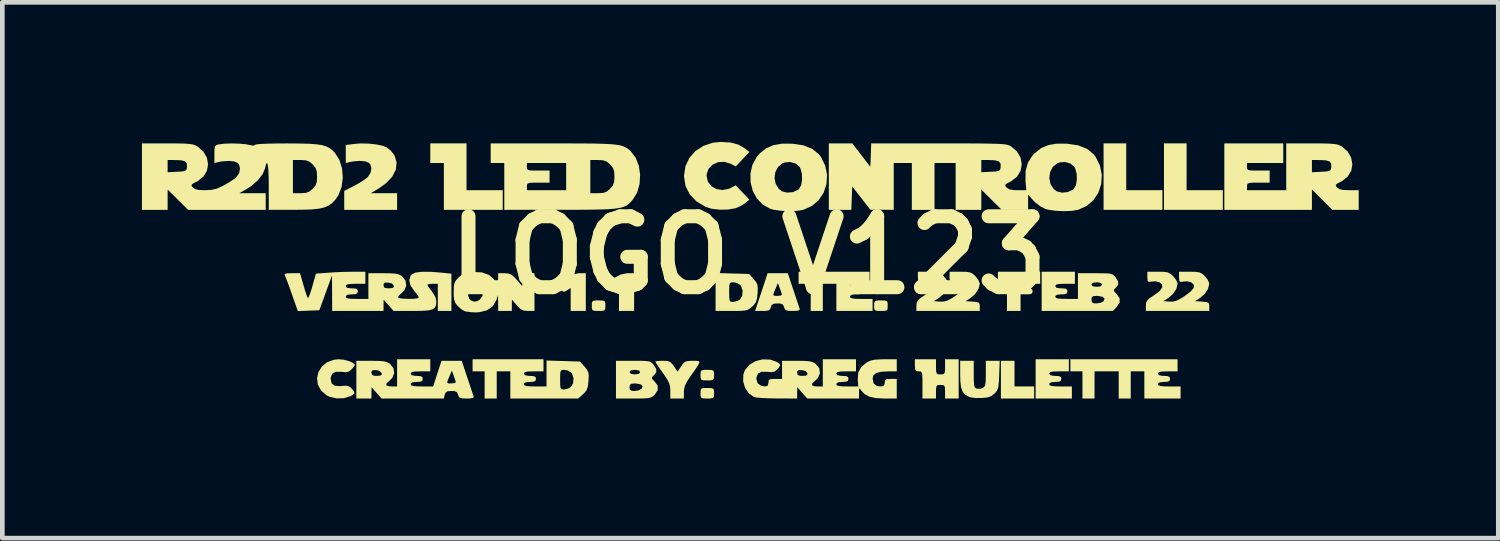
<source format=kicad_pcb>
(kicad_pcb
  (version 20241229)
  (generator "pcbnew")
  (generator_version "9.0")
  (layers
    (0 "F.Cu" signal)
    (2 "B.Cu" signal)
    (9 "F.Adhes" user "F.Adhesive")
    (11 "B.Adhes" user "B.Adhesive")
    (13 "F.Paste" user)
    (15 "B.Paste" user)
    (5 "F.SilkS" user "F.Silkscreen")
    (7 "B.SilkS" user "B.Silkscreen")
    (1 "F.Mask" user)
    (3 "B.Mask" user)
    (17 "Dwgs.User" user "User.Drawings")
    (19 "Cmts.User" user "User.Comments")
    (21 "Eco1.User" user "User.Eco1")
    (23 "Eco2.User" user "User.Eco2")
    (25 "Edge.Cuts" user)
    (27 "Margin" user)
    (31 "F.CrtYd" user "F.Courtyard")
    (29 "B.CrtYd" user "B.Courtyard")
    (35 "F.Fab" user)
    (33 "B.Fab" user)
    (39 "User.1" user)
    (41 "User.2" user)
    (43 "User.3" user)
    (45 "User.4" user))
  (footprint "LOGO V123"
    (layer "F.Cu")
    (at 13.041 2.432)
    (property "Reference" "LOGO V123" (at 0 0 0) (layer "F.SilkS") (effects (font (size 1.524 1.524) (thickness 0.3))))
    (attr board_only exclude_from_pos_files exclude_from_bom)
    (fp_poly (pts (xy 5.709 2.822) (xy 6.131 2.822) (xy 6.131 3.082) (xy 5.417 3.082) (xy 5.417 2.271) (xy 5.709 2.271)) (stroke (width 0) (type solid)) (fill yes) (layer "F.SilkS"))
    (fp_poly (pts (xy 8.11 -1.395) (xy 8.888 -1.395) (xy 8.888 -0.973) (xy 7.623 -0.973) (xy 7.623 -2.401) (xy 8.11 -2.401)) (stroke (width 0) (type solid)) (fill yes) (layer "F.SilkS"))
    (fp_poly (pts (xy 9.407 -1.395) (xy 10.186 -1.395) (xy 10.186 -0.973) (xy 8.921 -0.973) (xy 8.921 -2.401) (xy 9.407 -2.401)) (stroke (width 0) (type solid)) (fill yes) (layer "F.SilkS"))
    (fp_poly (pts (xy -6.066 -1.395) (xy -5.288 -1.395) (xy -5.288 -0.973) (xy -6.553 -0.973) (xy -6.553 -1.979) (xy -6.845 -1.979) (xy -6.845 -2.401) (xy -6.066 -2.401)) (stroke (width 0) (type solid)) (fill yes) (layer "F.SilkS"))
    (fp_poly (pts (xy -3.503 1.2) (xy -3.828 1.2) (xy -3.828 0.706) (xy -3.907 0.758) (xy -3.963 0.788) (xy -3.999 0.78) (xy -4.032 0.724) (xy -4.052 0.672) (xy -4.066 0.621) (xy -4.052 0.582) (xy -4.001 0.537) (xy -3.929 0.489) (xy -3.785 0.415) (xy -3.653 0.389) (xy -3.638 0.389) (xy -3.503 0.389)) (stroke (width 0) (type solid)) (fill yes) (layer "F.SilkS"))
    (fp_poly (pts (xy -3.138 0.976) (xy -3.096 0.992) (xy -3.083 1.036) (xy -3.082 1.087) (xy -3.085 1.156) (xy -3.106 1.19) (xy -3.163 1.2) (xy -3.228 1.2) (xy -3.317 1.198) (xy -3.36 1.181) (xy -3.373 1.137) (xy -3.374 1.087) (xy -3.371 1.017) (xy -3.349 0.984) (xy -3.293 0.974) (xy -3.228 0.973)) (stroke (width 0) (type solid)) (fill yes) (layer "F.SilkS"))
    (fp_poly (pts (xy -2.465 1.2) (xy -2.79 1.2) (xy -2.79 0.706) (xy -2.869 0.758) (xy -2.925 0.788) (xy -2.961 0.78) (xy -2.993 0.724) (xy -3.014 0.672) (xy -3.028 0.621) (xy -3.014 0.582) (xy -2.963 0.537) (xy -2.891 0.489) (xy -2.747 0.415) (xy -2.615 0.389) (xy -2.6 0.389) (xy -2.465 0.389)) (stroke (width 0) (type solid)) (fill yes) (layer "F.SilkS"))
    (fp_poly (pts (xy -0.802 2.468) (xy -0.76 2.484) (xy -0.747 2.528) (xy -0.746 2.579) (xy -0.749 2.649) (xy -0.77 2.682) (xy -0.827 2.692) (xy -0.892 2.692) (xy -0.982 2.69) (xy -1.024 2.674) (xy -1.037 2.629) (xy -1.038 2.579) (xy -1.035 2.509) (xy -1.014 2.476) (xy -0.957 2.466) (xy -0.892 2.465)) (stroke (width 0) (type solid)) (fill yes) (layer "F.SilkS"))
    (fp_poly (pts (xy -0.802 2.857) (xy -0.76 2.874) (xy -0.747 2.918) (xy -0.746 2.968) (xy -0.749 3.038) (xy -0.77 3.071) (xy -0.827 3.081) (xy -0.892 3.082) (xy -0.982 3.079) (xy -1.024 3.063) (xy -1.037 3.019) (xy -1.038 2.968) (xy -1.035 2.898) (xy -1.014 2.865) (xy -0.957 2.855) (xy -0.892 2.855)) (stroke (width 0) (type solid)) (fill yes) (layer "F.SilkS"))
    (fp_poly (pts (xy 2.928 0.586) (xy 2.971 0.603) (xy 2.984 0.647) (xy 2.984 0.697) (xy 2.981 0.767) (xy 2.96 0.8) (xy 2.903 0.81) (xy 2.838 0.811) (xy 2.749 0.809) (xy 2.706 0.792) (xy 2.693 0.748) (xy 2.692 0.697) (xy 2.696 0.628) (xy 2.717 0.595) (xy 2.773 0.585) (xy 2.838 0.584)) (stroke (width 0) (type solid)) (fill yes) (layer "F.SilkS"))
    (fp_poly (pts (xy 2.928 0.976) (xy 2.971 0.992) (xy 2.984 1.036) (xy 2.984 1.087) (xy 2.981 1.156) (xy 2.96 1.19) (xy 2.903 1.2) (xy 2.838 1.2) (xy 2.749 1.198) (xy 2.706 1.181) (xy 2.693 1.137) (xy 2.692 1.087) (xy 2.696 1.017) (xy 2.717 0.984) (xy 2.773 0.974) (xy 2.838 0.973)) (stroke (width 0) (type solid)) (fill yes) (layer "F.SilkS"))
    (fp_poly (pts (xy 6.261 0.616) (xy 6.05 0.616) (xy 5.932 0.62) (xy 5.866 0.631) (xy 5.841 0.654) (xy 5.839 0.665) (xy 5.861 0.699) (xy 5.932 0.713) (xy 5.969 0.714) (xy 6.054 0.719) (xy 6.091 0.741) (xy 6.099 0.779) (xy 6.088 0.821) (xy 6.044 0.84) (xy 5.969 0.843) (xy 5.839 0.843) (xy 5.839 1.2) (xy 5.547 1.2) (xy 5.547 0.616) (xy 5.45 0.616) (xy 5.387 0.611) (xy 5.36 0.583) (xy 5.353 0.514) (xy 5.352 0.487) (xy 5.352 0.357) (xy 6.261 0.357)) (stroke (width 0) (type solid)) (fill yes) (layer "F.SilkS"))
    (fp_poly (pts (xy 6.877 2.498) (xy 6.666 2.498) (xy 6.548 2.501) (xy 6.482 2.513) (xy 6.457 2.535) (xy 6.455 2.546) (xy 6.477 2.58) (xy 6.548 2.594) (xy 6.585 2.595) (xy 6.67 2.601) (xy 6.708 2.623) (xy 6.715 2.66) (xy 6.704 2.702) (xy 6.66 2.721) (xy 6.585 2.725) (xy 6.495 2.733) (xy 6.458 2.76) (xy 6.455 2.774) (xy 6.468 2.799) (xy 6.514 2.814) (xy 6.605 2.821) (xy 6.699 2.822) (xy 6.942 2.822) (xy 6.942 3.082) (xy 6.163 3.082) (xy 6.163 2.238) (xy 6.877 2.238)) (stroke (width 0) (type solid)) (fill yes) (layer "F.SilkS"))
    (fp_poly (pts (xy -8.173 -2.396) (xy -8.003 -2.378) (xy -7.861 -2.348) (xy -7.781 -2.315) (xy -7.69 -2.242) (xy -7.617 -2.147) (xy -7.613 -2.14) (xy -7.568 -1.989) (xy -7.586 -1.836) (xy -7.662 -1.686) (xy -7.797 -1.544) (xy -7.949 -1.435) (xy -8.123 -1.33) (xy -7.558 -1.33) (xy -7.558 -0.973) (xy -8.694 -0.973) (xy -8.694 -1.379) (xy -8.485 -1.487) (xy -8.367 -1.552) (xy -8.261 -1.62) (xy -8.193 -1.672) (xy -8.131 -1.761) (xy -8.11 -1.861) (xy -8.134 -1.95) (xy -8.162 -1.981) (xy -8.24 -2.014) (xy -8.36 -2.025) (xy -8.5 -2.014) (xy -8.556 -2.004) (xy -8.661 -1.98) (xy -8.661 -2.364) (xy -8.513 -2.386) (xy -8.349 -2.4)) (stroke (width 0) (type solid)) (fill yes) (layer "F.SilkS"))
    (fp_poly (pts (xy 2.595 0.616) (xy 2.384 0.616) (xy 2.266 0.62) (xy 2.2 0.631) (xy 2.175 0.654) (xy 2.173 0.665) (xy 2.195 0.699) (xy 2.266 0.713) (xy 2.303 0.714) (xy 2.388 0.719) (xy 2.426 0.741) (xy 2.433 0.779) (xy 2.422 0.821) (xy 2.378 0.84) (xy 2.303 0.843) (xy 2.213 0.851) (xy 2.176 0.878) (xy 2.173 0.892) (xy 2.186 0.918) (xy 2.232 0.933) (xy 2.323 0.94) (xy 2.417 0.941) (xy 2.66 0.941) (xy 2.66 1.2) (xy 1.881 1.2) (xy 1.881 0.616) (xy 1.59 0.616) (xy 1.59 1.2) (xy 1.33 1.2) (xy 1.33 0.616) (xy 1.07 0.616) (xy 1.07 0.357) (xy 2.595 0.357)) (stroke (width 0) (type solid)) (fill yes) (layer "F.SilkS"))
    (fp_poly (pts (xy 4.833 2.561) (xy 4.835 2.7) (xy 4.841 2.788) (xy 4.854 2.838) (xy 4.878 2.862) (xy 4.897 2.87) (xy 4.976 2.872) (xy 5.027 2.855) (xy 5.059 2.831) (xy 5.079 2.79) (xy 5.089 2.72) (xy 5.093 2.604) (xy 5.093 2.545) (xy 5.093 2.271) (xy 5.391 2.271) (xy 5.38 2.578) (xy 5.373 2.724) (xy 5.363 2.822) (xy 5.346 2.886) (xy 5.317 2.934) (xy 5.281 2.973) (xy 5.214 3.028) (xy 5.135 3.057) (xy 5.018 3.07) (xy 5.005 3.071) (xy 4.886 3.071) (xy 4.782 3.06) (xy 4.736 3.048) (xy 4.652 3.001) (xy 4.595 2.937) (xy 4.561 2.843) (xy 4.545 2.706) (xy 4.542 2.571) (xy 4.542 2.271) (xy 4.833 2.271)) (stroke (width 0) (type solid)) (fill yes) (layer "F.SilkS"))
    (fp_poly (pts (xy -1.75 2.275) (xy -1.688 2.297) (xy -1.637 2.349) (xy -1.61 2.388) (xy -1.53 2.505) (xy -1.454 2.388) (xy -1.405 2.32) (xy -1.356 2.285) (xy -1.283 2.273) (xy -1.207 2.271) (xy -1.128 2.271) (xy -1.079 2.278) (xy -1.063 2.301) (xy -1.079 2.347) (xy -1.13 2.428) (xy -1.216 2.55) (xy -1.247 2.593) (xy -1.327 2.714) (xy -1.373 2.806) (xy -1.392 2.888) (xy -1.395 2.942) (xy -1.395 3.082) (xy -1.687 3.082) (xy -1.687 2.92) (xy -1.691 2.832) (xy -1.71 2.756) (xy -1.752 2.674) (xy -1.824 2.565) (xy -1.849 2.53) (xy -1.922 2.426) (xy -1.978 2.343) (xy -2.008 2.294) (xy -2.011 2.287) (xy -1.982 2.278) (xy -1.907 2.272) (xy -1.85 2.271)) (stroke (width 0) (type solid)) (fill yes) (layer "F.SilkS"))
    (fp_poly (pts (xy 4.022 2.401) (xy 4.025 2.497) (xy 4.038 2.544) (xy 4.072 2.561) (xy 4.12 2.563) (xy 4.177 2.559) (xy 4.206 2.537) (xy 4.216 2.481) (xy 4.217 2.401) (xy 4.217 2.238) (xy 4.509 2.238) (xy 4.509 3.082) (xy 4.217 3.082) (xy 4.217 2.936) (xy 4.214 2.846) (xy 4.198 2.803) (xy 4.157 2.791) (xy 4.12 2.79) (xy 4.06 2.794) (xy 4.032 2.818) (xy 4.023 2.881) (xy 4.022 2.936) (xy 4.022 3.082) (xy 3.731 3.082) (xy 3.731 2.79) (xy 3.73 2.652) (xy 3.726 2.566) (xy 3.714 2.52) (xy 3.692 2.501) (xy 3.657 2.498) (xy 3.649 2.498) (xy 3.597 2.491) (xy 3.574 2.457) (xy 3.568 2.379) (xy 3.568 2.368) (xy 3.568 2.238) (xy 4.022 2.238)) (stroke (width 0) (type solid)) (fill yes) (layer "F.SilkS"))
    (fp_poly (pts (xy 9.213 2.498) (xy 9.002 2.498) (xy 8.884 2.501) (xy 8.818 2.513) (xy 8.793 2.535) (xy 8.791 2.546) (xy 8.812 2.58) (xy 8.884 2.594) (xy 8.921 2.595) (xy 9.006 2.601) (xy 9.043 2.623) (xy 9.051 2.66) (xy 9.04 2.702) (xy 8.996 2.721) (xy 8.921 2.725) (xy 8.831 2.733) (xy 8.793 2.76) (xy 8.791 2.774) (xy 8.804 2.799) (xy 8.85 2.814) (xy 8.941 2.821) (xy 9.034 2.822) (xy 9.278 2.822) (xy 9.278 3.082) (xy 8.499 3.082) (xy 8.499 2.498) (xy 8.207 2.498) (xy 8.207 3.082) (xy 7.948 3.082) (xy 7.948 2.498) (xy 7.429 2.498) (xy 7.429 3.082) (xy 7.169 3.082) (xy 7.169 2.498) (xy 6.91 2.498) (xy 6.91 2.238) (xy 9.213 2.238)) (stroke (width 0) (type solid)) (fill yes) (layer "F.SilkS"))
    (fp_poly (pts (xy -8.706 2.248) (xy -8.602 2.274) (xy -8.517 2.31) (xy -8.47 2.347) (xy -8.467 2.359) (xy -8.487 2.395) (xy -8.535 2.453) (xy -8.536 2.454) (xy -8.592 2.501) (xy -8.658 2.516) (xy -8.746 2.508) (xy -8.873 2.507) (xy -8.951 2.546) (xy -8.984 2.627) (xy -8.986 2.66) (xy -8.965 2.755) (xy -8.901 2.806) (xy -8.79 2.816) (xy -8.746 2.812) (xy -8.649 2.805) (xy -8.586 2.823) (xy -8.536 2.866) (xy -8.481 2.932) (xy -8.477 2.974) (xy -8.527 3.014) (xy -8.562 3.032) (xy -8.7 3.074) (xy -8.857 3.078) (xy -9.006 3.046) (xy -9.076 3.012) (xy -9.196 2.905) (xy -9.262 2.778) (xy -9.278 2.643) (xy -9.248 2.512) (xy -9.175 2.395) (xy -9.065 2.304) (xy -8.919 2.249) (xy -8.81 2.238)) (stroke (width 0) (type solid)) (fill yes) (layer "F.SilkS"))
    (fp_poly (pts (xy -0.354 0.395) (xy 0.005 0.405) (xy 0.104 0.515) (xy 0.159 0.583) (xy 0.186 0.643) (xy 0.193 0.722) (xy 0.188 0.82) (xy 0.175 0.938) (xy 0.15 1.014) (xy 0.104 1.076) (xy 0.07 1.108) (xy 0.021 1.149) (xy -0.027 1.176) (xy -0.087 1.191) (xy -0.176 1.198) (xy -0.309 1.2) (xy -0.374 1.2) (xy -0.714 1.2) (xy -0.714 0.795) (xy -0.422 0.795) (xy -0.42 0.908) (xy -0.413 0.971) (xy -0.392 0.999) (xy -0.353 1.005) (xy -0.335 1.006) (xy -0.246 0.986) (xy -0.189 0.952) (xy -0.142 0.87) (xy -0.133 0.766) (xy -0.165 0.669) (xy -0.183 0.643) (xy -0.255 0.599) (xy -0.329 0.584) (xy -0.379 0.586) (xy -0.407 0.604) (xy -0.419 0.651) (xy -0.422 0.742) (xy -0.422 0.795) (xy -0.714 0.795) (xy -0.714 0.384)) (stroke (width 0) (type solid)) (fill yes) (layer "F.SilkS"))
    (fp_poly (pts (xy -0.387 -2.418) (xy -0.22 -2.373) (xy -0.085 -2.293) (xy -0.083 -2.292) (xy 0.012 -2.215) (xy -0.134 -2.061) (xy -0.28 -1.906) (xy -0.388 -1.962) (xy -0.526 -2.005) (xy -0.66 -1.997) (xy -0.777 -1.945) (xy -0.864 -1.857) (xy -0.906 -1.739) (xy -0.908 -1.703) (xy -0.88 -1.578) (xy -0.804 -1.481) (xy -0.694 -1.419) (xy -0.563 -1.399) (xy -0.425 -1.427) (xy -0.388 -1.444) (xy -0.28 -1.5) (xy -0.134 -1.346) (xy 0.012 -1.191) (xy -0.083 -1.114) (xy -0.182 -1.051) (xy -0.289 -1.006) (xy -0.292 -1.006) (xy -0.449 -0.979) (xy -0.625 -0.976) (xy -0.794 -0.995) (xy -0.925 -1.034) (xy -1.125 -1.154) (xy -1.271 -1.307) (xy -1.362 -1.489) (xy -1.393 -1.697) (xy -1.393 -1.703) (xy -1.363 -1.908) (xy -1.278 -2.088) (xy -1.146 -2.238) (xy -0.974 -2.349) (xy -0.77 -2.416) (xy -0.6 -2.432)) (stroke (width 0) (type solid)) (fill yes) (layer "F.SilkS"))
    (fp_poly (pts (xy 0.959 0.754) (xy 1.008 0.901) (xy 1.05 1.027) (xy 1.081 1.118) (xy 1.095 1.16) (xy 1.083 1.185) (xy 1.02 1.198) (xy 0.945 1.2) (xy 0.846 1.197) (xy 0.793 1.182) (xy 0.767 1.146) (xy 0.759 1.119) (xy 0.735 1.065) (xy 0.685 1.042) (xy 0.616 1.038) (xy 0.532 1.045) (xy 0.49 1.074) (xy 0.473 1.119) (xy 0.454 1.168) (xy 0.415 1.192) (xy 0.338 1.2) (xy 0.294 1.2) (xy 0.135 1.2) (xy 0.248 0.859) (xy 0.526 0.859) (xy 0.549 0.874) (xy 0.61 0.876) (xy 0.616 0.876) (xy 0.684 0.869) (xy 0.711 0.852) (xy 0.711 0.852) (xy 0.699 0.807) (xy 0.673 0.73) (xy 0.667 0.714) (xy 0.625 0.6) (xy 0.572 0.726) (xy 0.535 0.815) (xy 0.526 0.859) (xy 0.248 0.859) (xy 0.27 0.795) (xy 0.404 0.389) (xy 0.838 0.389)) (stroke (width 0) (type solid)) (fill yes) (layer "F.SilkS"))
    (fp_poly (pts (xy 0.935 -2.394) (xy 1.173 -2.359) (xy 1.363 -2.284) (xy 1.505 -2.167) (xy 1.548 -2.112) (xy 1.642 -1.922) (xy 1.681 -1.723) (xy 1.668 -1.526) (xy 1.608 -1.342) (xy 1.502 -1.182) (xy 1.356 -1.056) (xy 1.172 -0.974) (xy 1.172 -0.974) (xy 1.035 -0.951) (xy 0.865 -0.944) (xy 0.689 -0.953) (xy 0.533 -0.975) (xy 0.464 -0.994) (xy 0.3 -1.084) (xy 0.173 -1.217) (xy 0.085 -1.38) (xy 0.038 -1.563) (xy 0.037 -1.654) (xy 0.553 -1.654) (xy 0.578 -1.528) (xy 0.645 -1.422) (xy 0.714 -1.37) (xy 0.826 -1.342) (xy 0.951 -1.355) (xy 1.058 -1.404) (xy 1.08 -1.423) (xy 1.125 -1.506) (xy 1.145 -1.623) (xy 1.14 -1.751) (xy 1.109 -1.863) (xy 1.093 -1.893) (xy 1.009 -1.967) (xy 0.893 -2.001) (xy 0.769 -1.991) (xy 0.725 -1.974) (xy 0.627 -1.894) (xy 0.569 -1.782) (xy 0.553 -1.654) (xy 0.037 -1.654) (xy 0.035 -1.754) (xy 0.077 -1.939) (xy 0.168 -2.108) (xy 0.241 -2.192) (xy 0.377 -2.298) (xy 0.53 -2.364) (xy 0.714 -2.395)) (stroke (width 0) (type solid)) (fill yes) (layer "F.SilkS"))
    (fp_poly (pts (xy -2.324 2.271) (xy -2.215 2.275) (xy -2.145 2.284) (xy -2.101 2.301) (xy -2.068 2.329) (xy -2.046 2.356) (xy -1.99 2.447) (xy -1.988 2.518) (xy -2.041 2.584) (xy -2.042 2.585) (xy -2.082 2.625) (xy -2.081 2.656) (xy -2.035 2.705) (xy -2.026 2.713) (xy -1.959 2.805) (xy -1.957 2.899) (xy -2.02 2.996) (xy -2.026 3.002) (xy -2.064 3.036) (xy -2.106 3.059) (xy -2.165 3.073) (xy -2.254 3.079) (xy -2.388 3.082) (xy -2.48 3.082) (xy -2.855 3.082) (xy -2.855 2.838) (xy -2.563 2.838) (xy -2.554 2.894) (xy -2.514 2.916) (xy -2.453 2.92) (xy -2.365 2.905) (xy -2.303 2.87) (xy -2.301 2.868) (xy -2.282 2.815) (xy -2.323 2.778) (xy -2.417 2.759) (xy -2.457 2.758) (xy -2.53 2.765) (xy -2.559 2.796) (xy -2.563 2.838) (xy -2.855 2.838) (xy -2.855 2.514) (xy -2.563 2.514) (xy -2.538 2.55) (xy -2.46 2.563) (xy -2.449 2.563) (xy -2.365 2.552) (xy -2.336 2.518) (xy -2.336 2.514) (xy -2.36 2.478) (xy -2.439 2.465) (xy -2.449 2.465) (xy -2.533 2.476) (xy -2.563 2.51) (xy -2.563 2.514) (xy -2.855 2.514) (xy -2.855 2.271) (xy -2.484 2.271)) (stroke (width 0) (type solid)) (fill yes) (layer "F.SilkS"))
    (fp_poly (pts (xy -4.412 2.498) (xy -4.623 2.498) (xy -4.741 2.501) (xy -4.807 2.513) (xy -4.832 2.535) (xy -4.833 2.546) (xy -4.812 2.58) (xy -4.741 2.594) (xy -4.704 2.595) (xy -4.619 2.601) (xy -4.581 2.623) (xy -4.574 2.66) (xy -4.585 2.702) (xy -4.629 2.721) (xy -4.704 2.725) (xy -4.794 2.733) (xy -4.831 2.76) (xy -4.833 2.774) (xy -4.821 2.799) (xy -4.775 2.814) (xy -4.684 2.821) (xy -4.59 2.822) (xy -4.347 2.822) (xy -4.347 2.676) (xy -4.055 2.676) (xy -4.054 2.79) (xy -4.046 2.853) (xy -4.025 2.88) (xy -3.986 2.887) (xy -3.968 2.887) (xy -3.879 2.867) (xy -3.822 2.833) (xy -3.775 2.752) (xy -3.767 2.648) (xy -3.798 2.55) (xy -3.817 2.525) (xy -3.889 2.48) (xy -3.963 2.465) (xy -4.012 2.468) (xy -4.04 2.485) (xy -4.052 2.533) (xy -4.055 2.624) (xy -4.055 2.676) (xy -4.347 2.676) (xy -4.347 2.265) (xy -3.628 2.287) (xy -3.53 2.397) (xy -3.475 2.465) (xy -3.447 2.525) (xy -3.44 2.603) (xy -3.446 2.702) (xy -3.458 2.819) (xy -3.483 2.896) (xy -3.529 2.957) (xy -3.563 2.989) (xy -3.667 3.082) (xy -5.125 3.082) (xy -5.125 2.498) (xy -5.417 2.498) (xy -5.417 3.082) (xy -5.677 3.082) (xy -5.677 2.498) (xy -5.936 2.498) (xy -5.936 2.238) (xy -4.412 2.238)) (stroke (width 0) (type solid)) (fill yes) (layer "F.SilkS"))
    (fp_poly (pts (xy 11.484 -1.979) (xy 10.705 -1.979) (xy 10.705 -1.898) (xy 10.708 -1.856) (xy 10.726 -1.832) (xy 10.773 -1.821) (xy 10.863 -1.817) (xy 10.948 -1.817) (xy 11.192 -1.817) (xy 11.192 -1.557) (xy 10.948 -1.557) (xy 10.825 -1.556) (xy 10.752 -1.55) (xy 10.717 -1.534) (xy 10.706 -1.504) (xy 10.705 -1.476) (xy 10.705 -1.395) (xy 11.548 -1.395) (xy 11.548 -2.044) (xy 12.1 -2.044) (xy 12.1 -1.781) (xy 12.303 -1.791) (xy 12.413 -1.798) (xy 12.475 -1.81) (xy 12.504 -1.835) (xy 12.515 -1.882) (xy 12.516 -1.894) (xy 12.513 -1.969) (xy 12.476 -2.014) (xy 12.395 -2.037) (xy 12.27 -2.043) (xy 12.1 -2.044) (xy 11.548 -2.044) (xy 11.548 -2.401) (xy 12.092 -2.4) (xy 12.296 -2.4) (xy 12.447 -2.397) (xy 12.555 -2.39) (xy 12.631 -2.38) (xy 12.687 -2.363) (xy 12.733 -2.341) (xy 12.739 -2.337) (xy 12.866 -2.228) (xy 12.943 -2.096) (xy 12.969 -1.953) (xy 12.945 -1.813) (xy 12.87 -1.688) (xy 12.746 -1.589) (xy 12.728 -1.58) (xy 12.645 -1.538) (xy 12.613 -1.508) (xy 12.621 -1.478) (xy 12.641 -1.454) (xy 12.691 -1.418) (xy 12.771 -1.4) (xy 12.899 -1.395) (xy 13.105 -1.395) (xy 13.105 -0.973) (xy 12.539 -0.973) (xy 12.32 -1.191) (xy 12.1 -1.409) (xy 12.1 -0.973) (xy 10.218 -0.973) (xy 10.218 -2.401) (xy 11.484 -2.401)) (stroke (width 0) (type solid)) (fill yes) (layer "F.SilkS"))
    (fp_poly (pts (xy 3.987 0.359) (xy 4.067 0.371) (xy 4.125 0.397) (xy 4.18 0.444) (xy 4.187 0.452) (xy 4.248 0.529) (xy 4.28 0.602) (xy 4.282 0.617) (xy 4.254 0.728) (xy 4.181 0.839) (xy 4.076 0.927) (xy 4.075 0.928) (xy 3.974 0.989) (xy 4.107 0.999) (xy 4.19 0.998) (xy 4.269 0.976) (xy 4.364 0.925) (xy 4.439 0.876) (xy 4.565 0.782) (xy 4.629 0.704) (xy 4.633 0.64) (xy 4.579 0.587) (xy 4.572 0.583) (xy 4.492 0.563) (xy 4.41 0.568) (xy 4.347 0.577) (xy 4.32 0.556) (xy 4.314 0.489) (xy 4.314 0.473) (xy 4.314 0.357) (xy 4.544 0.357) (xy 4.668 0.359) (xy 4.749 0.371) (xy 4.806 0.397) (xy 4.861 0.444) (xy 4.868 0.452) (xy 4.929 0.529) (xy 4.961 0.602) (xy 4.963 0.617) (xy 4.935 0.728) (xy 4.862 0.839) (xy 4.758 0.927) (xy 4.756 0.928) (xy 4.655 0.989) (xy 4.809 0.999) (xy 4.902 1.008) (xy 4.947 1.027) (xy 4.962 1.066) (xy 4.963 1.105) (xy 4.963 1.2) (xy 3.601 1.2) (xy 3.601 1.088) (xy 3.607 1.022) (xy 3.632 0.972) (xy 3.691 0.92) (xy 3.779 0.861) (xy 3.898 0.771) (xy 3.954 0.693) (xy 3.945 0.628) (xy 3.891 0.583) (xy 3.81 0.563) (xy 3.729 0.568) (xy 3.665 0.577) (xy 3.639 0.556) (xy 3.633 0.489) (xy 3.633 0.473) (xy 3.633 0.357) (xy 3.863 0.357)) (stroke (width 0) (type solid)) (fill yes) (layer "F.SilkS"))
    (fp_poly (pts (xy 8.918 0.359) (xy 8.998 0.371) (xy 9.055 0.397) (xy 9.11 0.444) (xy 9.118 0.452) (xy 9.179 0.529) (xy 9.211 0.602) (xy 9.213 0.617) (xy 9.185 0.728) (xy 9.111 0.839) (xy 9.007 0.927) (xy 9.006 0.928) (xy 8.905 0.989) (xy 9.038 0.999) (xy 9.121 0.998) (xy 9.199 0.976) (xy 9.295 0.925) (xy 9.37 0.876) (xy 9.495 0.782) (xy 9.56 0.704) (xy 9.564 0.64) (xy 9.51 0.587) (xy 9.503 0.583) (xy 9.422 0.563) (xy 9.341 0.568) (xy 9.277 0.577) (xy 9.251 0.556) (xy 9.245 0.489) (xy 9.245 0.473) (xy 9.245 0.357) (xy 9.475 0.357) (xy 9.599 0.359) (xy 9.679 0.371) (xy 9.737 0.397) (xy 9.792 0.444) (xy 9.799 0.452) (xy 9.86 0.529) (xy 9.892 0.602) (xy 9.894 0.617) (xy 9.866 0.728) (xy 9.793 0.839) (xy 9.688 0.927) (xy 9.687 0.928) (xy 9.586 0.989) (xy 9.74 0.999) (xy 9.833 1.008) (xy 9.878 1.027) (xy 9.893 1.066) (xy 9.894 1.105) (xy 9.894 1.2) (xy 8.532 1.2) (xy 8.532 1.088) (xy 8.537 1.022) (xy 8.563 0.972) (xy 8.622 0.92) (xy 8.71 0.861) (xy 8.829 0.771) (xy 8.884 0.693) (xy 8.876 0.628) (xy 8.822 0.583) (xy 8.741 0.563) (xy 8.659 0.568) (xy 8.596 0.577) (xy 8.57 0.556) (xy 8.564 0.489) (xy 8.564 0.473) (xy 8.564 0.357) (xy 8.794 0.357)) (stroke (width 0) (type solid)) (fill yes) (layer "F.SilkS"))
    (fp_poly (pts (xy -5.739 0.371) (xy -5.584 0.425) (xy -5.473 0.524) (xy -5.409 0.665) (xy -5.399 0.673) (xy -5.392 0.626) (xy -5.389 0.56) (xy -5.385 0.389) (xy -5.248 0.389) (xy -5.162 0.396) (xy -5.097 0.423) (xy -5.028 0.484) (xy -4.99 0.527) (xy -4.869 0.665) (xy -4.866 0.389) (xy -4.606 0.389) (xy -4.606 1.2) (xy -4.744 1.2) (xy -4.837 1.193) (xy -4.905 1.161) (xy -4.976 1.091) (xy -4.986 1.079) (xy -5.091 0.957) (xy -5.092 1.079) (xy -5.093 1.2) (xy -5.385 1.2) (xy -5.387 1.03) (xy -5.389 0.86) (xy -5.427 0.972) (xy -5.503 1.1) (xy -5.626 1.186) (xy -5.79 1.227) (xy -5.868 1.231) (xy -5.982 1.225) (xy -6.077 1.212) (xy -6.115 1.202) (xy -6.181 1.16) (xy -6.255 1.094) (xy -6.261 1.088) (xy -6.307 1.028) (xy -6.332 0.96) (xy -6.341 0.862) (xy -6.342 0.793) (xy -6.341 0.764) (xy -6.036 0.764) (xy -6.033 0.862) (xy -6.005 0.942) (xy -5.977 0.971) (xy -5.902 1.001) (xy -5.834 0.988) (xy -5.781 0.955) (xy -5.724 0.879) (xy -5.712 0.781) (xy -5.746 0.683) (xy -5.774 0.649) (xy -5.845 0.594) (xy -5.911 0.591) (xy -5.971 0.617) (xy -6.015 0.673) (xy -6.036 0.764) (xy -6.341 0.764) (xy -6.339 0.675) (xy -6.325 0.598) (xy -6.291 0.539) (xy -6.238 0.481) (xy -6.167 0.42) (xy -6.093 0.385) (xy -5.991 0.368) (xy -5.938 0.363)) (stroke (width 0) (type solid)) (fill yes) (layer "F.SilkS"))
    (fp_poly (pts (xy -3.851 -2.4) (xy -3.561 -2.399) (xy -3.324 -2.397) (xy -3.132 -2.392) (xy -2.981 -2.385) (xy -2.862 -2.374) (xy -2.772 -2.36) (xy -2.702 -2.34) (xy -2.646 -2.315) (xy -2.599 -2.285) (xy -2.555 -2.247) (xy -2.535 -2.229) (xy -2.43 -2.091) (xy -2.363 -1.918) (xy -2.336 -1.724) (xy -2.348 -1.528) (xy -2.4 -1.344) (xy -2.49 -1.197) (xy -2.537 -1.143) (xy -2.583 -1.098) (xy -2.635 -1.062) (xy -2.699 -1.034) (xy -2.782 -1.013) (xy -2.89 -0.997) (xy -3.03 -0.986) (xy -3.208 -0.98) (xy -3.431 -0.976) (xy -3.706 -0.974) (xy -4.04 -0.974) (xy -4.047 -0.974) (xy -5.255 -0.973) (xy -5.255 -1.33) (xy -3.406 -1.33) (xy -3.241 -1.33) (xy -3.131 -1.337) (xy -3.055 -1.364) (xy -2.984 -1.423) (xy -2.982 -1.425) (xy -2.923 -1.495) (xy -2.895 -1.569) (xy -2.887 -1.676) (xy -2.887 -1.687) (xy -2.893 -1.798) (xy -2.92 -1.873) (xy -2.976 -1.943) (xy -2.982 -1.949) (xy -3.053 -2.009) (xy -3.129 -2.037) (xy -3.238 -2.044) (xy -3.241 -2.044) (xy -3.406 -2.044) (xy -3.406 -1.33) (xy -5.255 -1.33) (xy -5.255 -1.395) (xy -4.769 -1.395) (xy -3.925 -1.395) (xy -3.925 -1.979) (xy -4.769 -1.979) (xy -4.769 -1.898) (xy -4.766 -1.856) (xy -4.747 -1.832) (xy -4.7 -1.821) (xy -4.611 -1.817) (xy -4.525 -1.817) (xy -4.282 -1.817) (xy -4.282 -1.557) (xy -4.525 -1.557) (xy -4.649 -1.556) (xy -4.722 -1.55) (xy -4.757 -1.534) (xy -4.768 -1.504) (xy -4.769 -1.476) (xy -4.769 -1.395) (xy -5.255 -1.395) (xy -5.255 -1.979) (xy -5.547 -1.979) (xy -5.547 -2.401) (xy -4.2 -2.401)) (stroke (width 0) (type solid)) (fill yes) (layer "F.SilkS"))
    (fp_poly (pts (xy 7.007 0.616) (xy 6.796 0.616) (xy 6.678 0.62) (xy 6.612 0.631) (xy 6.587 0.654) (xy 6.585 0.665) (xy 6.607 0.699) (xy 6.678 0.713) (xy 6.715 0.714) (xy 6.8 0.719) (xy 6.837 0.741) (xy 6.845 0.779) (xy 6.834 0.821) (xy 6.79 0.84) (xy 6.715 0.843) (xy 6.625 0.851) (xy 6.588 0.878) (xy 6.585 0.892) (xy 6.598 0.918) (xy 6.644 0.933) (xy 6.735 0.94) (xy 6.828 0.941) (xy 7.072 0.941) (xy 7.072 0.633) (xy 7.364 0.633) (xy 7.388 0.669) (xy 7.467 0.681) (xy 7.477 0.681) (xy 7.561 0.671) (xy 7.591 0.637) (xy 7.591 0.633) (xy 7.566 0.597) (xy 7.488 0.584) (xy 7.477 0.584) (xy 7.393 0.594) (xy 7.364 0.628) (xy 7.364 0.633) (xy 7.072 0.633) (xy 7.072 0.389) (xy 7.442 0.389) (xy 7.603 0.39) (xy 7.711 0.393) (xy 7.781 0.403) (xy 7.826 0.42) (xy 7.858 0.448) (xy 7.88 0.475) (xy 7.936 0.566) (xy 7.938 0.636) (xy 7.886 0.702) (xy 7.884 0.704) (xy 7.844 0.743) (xy 7.846 0.775) (xy 7.892 0.823) (xy 7.901 0.832) (xy 7.967 0.924) (xy 7.969 1.018) (xy 7.906 1.115) (xy 7.9 1.121) (xy 7.821 1.2) (xy 6.293 1.2) (xy 6.293 0.957) (xy 7.364 0.957) (xy 7.373 1.013) (xy 7.412 1.035) (xy 7.473 1.038) (xy 7.561 1.024) (xy 7.624 0.989) (xy 7.625 0.987) (xy 7.644 0.934) (xy 7.604 0.896) (xy 7.509 0.878) (xy 7.469 0.876) (xy 7.396 0.883) (xy 7.367 0.914) (xy 7.364 0.957) (xy 6.293 0.957) (xy 6.293 0.357) (xy 7.007 0.357)) (stroke (width 0) (type solid)) (fill yes) (layer "F.SilkS"))
    (fp_poly (pts (xy -6.845 2.498) (xy -7.056 2.498) (xy -7.174 2.501) (xy -7.24 2.513) (xy -7.265 2.535) (xy -7.266 2.546) (xy -7.245 2.58) (xy -7.174 2.594) (xy -7.137 2.595) (xy -7.052 2.601) (xy -7.014 2.623) (xy -7.007 2.66) (xy -7.018 2.702) (xy -7.062 2.721) (xy -7.137 2.725) (xy -7.227 2.733) (xy -7.264 2.76) (xy -7.266 2.774) (xy -7.254 2.799) (xy -7.207 2.814) (xy -7.116 2.821) (xy -7.025 2.822) (xy -6.784 2.822) (xy -6.757 2.741) (xy -6.481 2.741) (xy -6.458 2.756) (xy -6.397 2.757) (xy -6.391 2.757) (xy -6.323 2.75) (xy -6.296 2.733) (xy -6.296 2.733) (xy -6.308 2.689) (xy -6.334 2.612) (xy -6.34 2.595) (xy -6.381 2.482) (xy -6.435 2.607) (xy -6.472 2.697) (xy -6.481 2.741) (xy -6.757 2.741) (xy -6.694 2.546) (xy -6.604 2.271) (xy -6.169 2.271) (xy -6.048 2.636) (xy -5.999 2.782) (xy -5.957 2.908) (xy -5.926 2.999) (xy -5.912 3.041) (xy -5.924 3.067) (xy -5.987 3.08) (xy -6.062 3.082) (xy -6.161 3.078) (xy -6.214 3.063) (xy -6.239 3.027) (xy -6.247 3.001) (xy -6.272 2.946) (xy -6.321 2.923) (xy -6.391 2.92) (xy -6.475 2.926) (xy -6.517 2.956) (xy -6.534 3.001) (xy -6.554 3.082) (xy -7.892 3.082) (xy -8 2.96) (xy -8.107 2.838) (xy -8.108 2.96) (xy -8.11 3.082) (xy -8.434 3.082) (xy -8.434 2.528) (xy -8.11 2.528) (xy -8.098 2.574) (xy -8.051 2.593) (xy -7.994 2.595) (xy -7.916 2.589) (xy -7.888 2.565) (xy -7.889 2.538) (xy -7.93 2.49) (xy -8.005 2.471) (xy -8.078 2.471) (xy -8.106 2.497) (xy -8.11 2.528) (xy -8.434 2.528) (xy -8.434 2.271) (xy -8.114 2.271) (xy -7.96 2.273) (xy -7.856 2.28) (xy -7.785 2.295) (xy -7.732 2.321) (xy -7.709 2.338) (xy -7.636 2.43) (xy -7.62 2.536) (xy -7.661 2.638) (xy -7.719 2.697) (xy -7.785 2.758) (xy -7.79 2.798) (xy -7.733 2.819) (xy -7.67 2.822) (xy -7.558 2.822) (xy -7.558 2.238) (xy -6.845 2.238)) (stroke (width 0) (type solid)) (fill yes) (layer "F.SilkS"))
    (fp_poly (pts (xy 2.418 -2.149) (xy 2.611 -1.898) (xy 2.617 -2.044) (xy 4.996 -2.044) (xy 4.996 -1.781) (xy 5.198 -1.791) (xy 5.309 -1.798) (xy 5.371 -1.81) (xy 5.399 -1.835) (xy 5.41 -1.882) (xy 5.412 -1.894) (xy 5.409 -1.969) (xy 5.372 -2.014) (xy 5.29 -2.037) (xy 5.166 -2.043) (xy 4.996 -2.044) (xy 2.617 -2.044) (xy 2.621 -2.149) (xy 2.63 -2.401) (xy 4.081 -2.4) (xy 4.426 -2.4) (xy 4.713 -2.4) (xy 4.946 -2.399) (xy 5.133 -2.396) (xy 5.279 -2.393) (xy 5.391 -2.389) (xy 5.473 -2.383) (xy 5.533 -2.375) (xy 5.575 -2.364) (xy 5.608 -2.352) (xy 5.635 -2.337) (xy 5.762 -2.228) (xy 5.839 -2.096) (xy 5.865 -1.953) (xy 5.84 -1.813) (xy 5.766 -1.688) (xy 5.641 -1.589) (xy 5.624 -1.58) (xy 5.541 -1.538) (xy 5.509 -1.508) (xy 5.517 -1.478) (xy 5.537 -1.454) (xy 5.592 -1.416) (xy 5.683 -1.398) (xy 5.776 -1.395) (xy 5.963 -1.395) (xy 5.946 -1.581) (xy 5.946 -1.654) (xy 6.457 -1.654) (xy 6.482 -1.528) (xy 6.549 -1.422) (xy 6.618 -1.37) (xy 6.73 -1.342) (xy 6.855 -1.355) (xy 6.962 -1.404) (xy 6.984 -1.423) (xy 7.029 -1.506) (xy 7.049 -1.623) (xy 7.044 -1.751) (xy 7.013 -1.863) (xy 6.997 -1.893) (xy 6.913 -1.967) (xy 6.797 -2.001) (xy 6.673 -1.991) (xy 6.629 -1.974) (xy 6.531 -1.894) (xy 6.473 -1.782) (xy 6.457 -1.654) (xy 5.946 -1.654) (xy 5.947 -1.802) (xy 5.996 -1.985) (xy 6.096 -2.141) (xy 6.145 -2.192) (xy 6.281 -2.298) (xy 6.434 -2.364) (xy 6.618 -2.395) (xy 6.839 -2.394) (xy 7.077 -2.359) (xy 7.267 -2.284) (xy 7.409 -2.167) (xy 7.452 -2.112) (xy 7.546 -1.922) (xy 7.585 -1.723) (xy 7.572 -1.526) (xy 7.512 -1.342) (xy 7.406 -1.182) (xy 7.26 -1.056) (xy 7.076 -0.974) (xy 7.076 -0.974) (xy 6.939 -0.951) (xy 6.769 -0.944) (xy 6.593 -0.953) (xy 6.437 -0.975) (xy 6.368 -0.994) (xy 6.263 -1.049) (xy 6.156 -1.131) (xy 6.117 -1.17) (xy 6.001 -1.298) (xy 6.001 -0.973) (xy 5.435 -0.973) (xy 5.215 -1.191) (xy 4.996 -1.409) (xy 4.996 -0.973) (xy 4.444 -0.973) (xy 4.444 -1.979) (xy 3.99 -1.979) (xy 3.99 -0.973) (xy 3.503 -0.973) (xy 3.503 -1.979) (xy 3.114 -1.979) (xy 3.114 -0.973) (xy 2.863 -0.975) (xy 2.611 -0.976) (xy 2.417 -1.225) (xy 2.222 -1.474) (xy 2.203 -0.973) (xy 1.719 -0.973) (xy 1.719 -2.401) (xy 2.224 -2.401)) (stroke (width 0) (type solid)) (fill yes) (layer "F.SilkS"))
    (fp_poly (pts (xy -8.24 0.616) (xy -8.45 0.616) (xy -8.569 0.62) (xy -8.634 0.631) (xy -8.66 0.654) (xy -8.661 0.665) (xy -8.64 0.699) (xy -8.569 0.713) (xy -8.532 0.714) (xy -8.447 0.719) (xy -8.409 0.741) (xy -8.402 0.779) (xy -8.413 0.821) (xy -8.457 0.84) (xy -8.532 0.843) (xy -8.622 0.851) (xy -8.659 0.878) (xy -8.661 0.892) (xy -8.649 0.918) (xy -8.603 0.933) (xy -8.511 0.94) (xy -8.418 0.941) (xy -8.175 0.941) (xy -8.175 0.647) (xy -7.85 0.647) (xy -7.839 0.692) (xy -7.792 0.711) (xy -7.734 0.714) (xy -7.657 0.707) (xy -7.628 0.683) (xy -7.629 0.657) (xy -7.67 0.609) (xy -7.745 0.59) (xy -7.818 0.59) (xy -7.847 0.615) (xy -7.85 0.647) (xy -8.175 0.647) (xy -8.175 0.389) (xy -7.855 0.389) (xy -7.701 0.391) (xy -7.596 0.398) (xy -7.525 0.414) (xy -7.473 0.439) (xy -7.449 0.457) (xy -7.377 0.548) (xy -7.361 0.654) (xy -7.401 0.757) (xy -7.46 0.815) (xy -7.518 0.868) (xy -7.54 0.908) (xy -7.539 0.913) (xy -7.5 0.927) (xy -7.418 0.936) (xy -7.315 0.94) (xy -7.212 0.939) (xy -7.131 0.931) (xy -7.094 0.92) (xy -7.102 0.886) (xy -7.145 0.823) (xy -7.186 0.774) (xy -7.27 0.652) (xy -7.298 0.539) (xy -7.268 0.443) (xy -7.24 0.411) (xy -7.16 0.375) (xy -7.022 0.358) (xy -6.828 0.359) (xy -6.59 0.378) (xy -6.391 0.399) (xy -6.391 1.2) (xy -6.683 1.2) (xy -6.683 0.616) (xy -6.796 0.616) (xy -6.871 0.622) (xy -6.907 0.637) (xy -6.908 0.641) (xy -6.888 0.678) (xy -6.839 0.744) (xy -6.811 0.777) (xy -6.733 0.903) (xy -6.715 0.994) (xy -6.721 1.072) (xy -6.744 1.128) (xy -6.795 1.165) (xy -6.882 1.187) (xy -7.014 1.197) (xy -7.2 1.2) (xy -7.225 1.2) (xy -7.633 1.2) (xy -7.74 1.079) (xy -7.848 0.957) (xy -7.849 1.079) (xy -7.85 1.2) (xy -8.953 1.2) (xy -8.955 0.819) (xy -8.957 0.438) (xy -9.093 0.811) (xy -9.229 1.184) (xy -9.691 1.203) (xy -9.814 0.853) (xy -9.866 0.707) (xy -9.912 0.581) (xy -9.948 0.488) (xy -9.965 0.446) (xy -9.975 0.413) (xy -9.952 0.396) (xy -9.885 0.39) (xy -9.819 0.389) (xy -9.643 0.389) (xy -9.569 0.65) (xy -9.533 0.771) (xy -9.501 0.865) (xy -9.478 0.918) (xy -9.474 0.923) (xy -9.457 0.901) (xy -9.428 0.828) (xy -9.393 0.72) (xy -9.378 0.667) (xy -9.302 0.398) (xy -9.038 0.378) (xy -8.866 0.367) (xy -8.672 0.36) (xy -8.507 0.357) (xy -8.24 0.357)) (stroke (width 0) (type solid)) (fill yes) (layer "F.SilkS"))
    (fp_poly (pts (xy 2.303 2.498) (xy 2.092 2.498) (xy 1.974 2.501) (xy 1.908 2.513) (xy 1.883 2.535) (xy 1.881 2.546) (xy 1.903 2.58) (xy 1.974 2.594) (xy 2.011 2.595) (xy 2.096 2.601) (xy 2.134 2.623) (xy 2.141 2.66) (xy 2.13 2.702) (xy 2.086 2.721) (xy 2.011 2.725) (xy 1.921 2.733) (xy 1.884 2.76) (xy 1.881 2.774) (xy 1.895 2.8) (xy 1.941 2.815) (xy 2.034 2.821) (xy 2.117 2.822) (xy 2.352 2.822) (xy 2.341 2.676) (xy 2.351 2.525) (xy 2.415 2.404) (xy 2.537 2.304) (xy 2.54 2.302) (xy 2.615 2.267) (xy 2.709 2.247) (xy 2.841 2.239) (xy 2.911 2.238) (xy 3.179 2.238) (xy 3.179 2.498) (xy 3.003 2.498) (xy 2.84 2.507) (xy 2.733 2.535) (xy 2.675 2.585) (xy 2.66 2.653) (xy 2.681 2.755) (xy 2.748 2.81) (xy 2.829 2.822) (xy 2.895 2.812) (xy 2.918 2.769) (xy 2.92 2.741) (xy 2.927 2.689) (xy 2.96 2.666) (xy 3.038 2.66) (xy 3.049 2.66) (xy 3.179 2.66) (xy 3.179 3.082) (xy 2.918 3.082) (xy 2.726 3.072) (xy 2.584 3.04) (xy 2.481 2.981) (xy 2.419 2.913) (xy 2.386 2.869) (xy 2.371 2.873) (xy 2.368 2.931) (xy 2.368 2.961) (xy 2.368 3.082) (xy 1.256 3.082) (xy 1.148 2.96) (xy 1.041 2.838) (xy 1.039 2.96) (xy 1.038 3.082) (xy 0.608 3.08) (xy 0.442 3.077) (xy 0.296 3.071) (xy 0.183 3.062) (xy 0.118 3.052) (xy 0.114 3.051) (xy -0.001 2.971) (xy -0.082 2.851) (xy -0.122 2.709) (xy -0.117 2.562) (xy -0.085 2.474) (xy 0.008 2.359) (xy 0.141 2.279) (xy 0.297 2.24) (xy 0.458 2.245) (xy 0.586 2.288) (xy 0.658 2.331) (xy 0.675 2.37) (xy 0.639 2.424) (xy 0.612 2.454) (xy 0.556 2.501) (xy 0.49 2.516) (xy 0.401 2.508) (xy 0.275 2.507) (xy 0.198 2.545) (xy 0.164 2.627) (xy 0.162 2.663) (xy 0.19 2.754) (xy 0.267 2.809) (xy 0.355 2.822) (xy 0.407 2.804) (xy 0.422 2.741) (xy 0.428 2.691) (xy 0.458 2.667) (xy 0.528 2.66) (xy 0.568 2.66) (xy 0.714 2.66) (xy 0.714 2.528) (xy 1.038 2.528) (xy 1.05 2.574) (xy 1.096 2.593) (xy 1.154 2.595) (xy 1.232 2.589) (xy 1.26 2.565) (xy 1.259 2.538) (xy 1.218 2.49) (xy 1.143 2.471) (xy 1.07 2.471) (xy 1.041 2.497) (xy 1.038 2.528) (xy 0.714 2.528) (xy 0.714 2.271) (xy 1.034 2.271) (xy 1.188 2.273) (xy 1.292 2.28) (xy 1.363 2.295) (xy 1.416 2.321) (xy 1.439 2.338) (xy 1.512 2.43) (xy 1.528 2.536) (xy 1.487 2.638) (xy 1.429 2.697) (xy 1.362 2.758) (xy 1.358 2.798) (xy 1.415 2.819) (xy 1.478 2.822) (xy 1.59 2.822) (xy 1.59 2.238) (xy 2.303 2.238)) (stroke (width 0) (type solid)) (fill yes) (layer "F.SilkS"))
    (fp_poly (pts (xy -12.497 -2.4) (xy -12.293 -2.4) (xy -12.142 -2.397) (xy -12.034 -2.39) (xy -11.958 -2.38) (xy -11.902 -2.363) (xy -11.856 -2.341) (xy -11.85 -2.337) (xy -11.723 -2.228) (xy -11.646 -2.096) (xy -11.62 -1.953) (xy -11.644 -1.813) (xy -11.719 -1.688) (xy -11.843 -1.589) (xy -11.861 -1.58) (xy -11.944 -1.538) (xy -11.976 -1.508) (xy -11.968 -1.478) (xy -11.948 -1.454) (xy -11.899 -1.419) (xy -11.82 -1.4) (xy -11.694 -1.395) (xy -11.686 -1.395) (xy -11.547 -1.402) (xy -11.434 -1.428) (xy -11.311 -1.483) (xy -11.285 -1.497) (xy -11.171 -1.562) (xy -11.07 -1.629) (xy -11.013 -1.674) (xy -10.952 -1.762) (xy -10.933 -1.862) (xy -10.957 -1.951) (xy -10.984 -1.981) (xy -11.063 -2.014) (xy -11.182 -2.025) (xy -11.322 -2.014) (xy -11.378 -2.004) (xy -11.484 -1.98) (xy -11.484 -2.17) (xy -11.482 -2.277) (xy -11.471 -2.335) (xy -11.444 -2.364) (xy -11.39 -2.379) (xy -11.382 -2.38) (xy -11.259 -2.395) (xy -11.105 -2.4) (xy -10.946 -2.395) (xy -10.807 -2.382) (xy -10.737 -2.368) (xy -10.648 -2.352) (xy -10.613 -2.368) (xy -10.577 -2.38) (xy -10.481 -2.389) (xy -10.329 -2.395) (xy -10.125 -2.399) (xy -9.916 -2.4) (xy -9.655 -2.398) (xy -9.45 -2.393) (xy -9.291 -2.381) (xy -9.17 -2.363) (xy -9.077 -2.335) (xy -9.003 -2.296) (xy -8.939 -2.244) (xy -8.898 -2.202) (xy -8.799 -2.049) (xy -8.741 -1.864) (xy -8.725 -1.664) (xy -8.751 -1.465) (xy -8.819 -1.287) (xy -8.88 -1.197) (xy -8.951 -1.121) (xy -9.028 -1.065) (xy -9.12 -1.025) (xy -9.238 -0.998) (xy -9.393 -0.982) (xy -9.595 -0.975) (xy -9.772 -0.974) (xy -10.316 -0.973) (xy -10.316 -1.33) (xy -9.797 -1.33) (xy -9.632 -1.33) (xy -9.522 -1.337) (xy -9.446 -1.364) (xy -9.375 -1.423) (xy -9.372 -1.425) (xy -9.313 -1.495) (xy -9.285 -1.569) (xy -9.278 -1.676) (xy -9.278 -1.687) (xy -9.284 -1.798) (xy -9.31 -1.873) (xy -9.367 -1.943) (xy -9.372 -1.949) (xy -9.444 -2.009) (xy -9.519 -2.037) (xy -9.628 -2.044) (xy -9.632 -2.044) (xy -9.797 -2.044) (xy -9.797 -1.33) (xy -10.316 -1.33) (xy -10.316 -1.476) (xy -10.318 -1.682) (xy -10.325 -1.837) (xy -10.337 -1.937) (xy -10.352 -1.981) (xy -10.37 -1.965) (xy -10.39 -1.888) (xy -10.393 -1.873) (xy -10.445 -1.744) (xy -10.547 -1.611) (xy -10.686 -1.488) (xy -10.781 -1.426) (xy -10.948 -1.331) (xy -10.664 -1.33) (xy -10.381 -1.33) (xy -10.381 -0.973) (xy -12.05 -0.973) (xy -12.269 -1.191) (xy -12.489 -1.409) (xy -12.489 -0.973) (xy -13.041 -0.973) (xy -13.041 -2.044) (xy -12.489 -2.044) (xy -12.489 -1.781) (xy -12.286 -1.791) (xy -12.176 -1.798) (xy -12.114 -1.81) (xy -12.085 -1.835) (xy -12.074 -1.882) (xy -12.073 -1.894) (xy -12.076 -1.969) (xy -12.113 -2.014) (xy -12.194 -2.037) (xy -12.319 -2.043) (xy -12.489 -2.044) (xy -13.041 -2.044) (xy -13.041 -2.401)) (stroke (width 0) (type solid)) (fill yes) (layer "F.SilkS")))
  (gr_rect
    (start -3 -3)
    (end 29.146 8.514)
    (stroke (width 0.1) (type default))
    (fill no)
    (layer "Edge.Cuts")))
</source>
